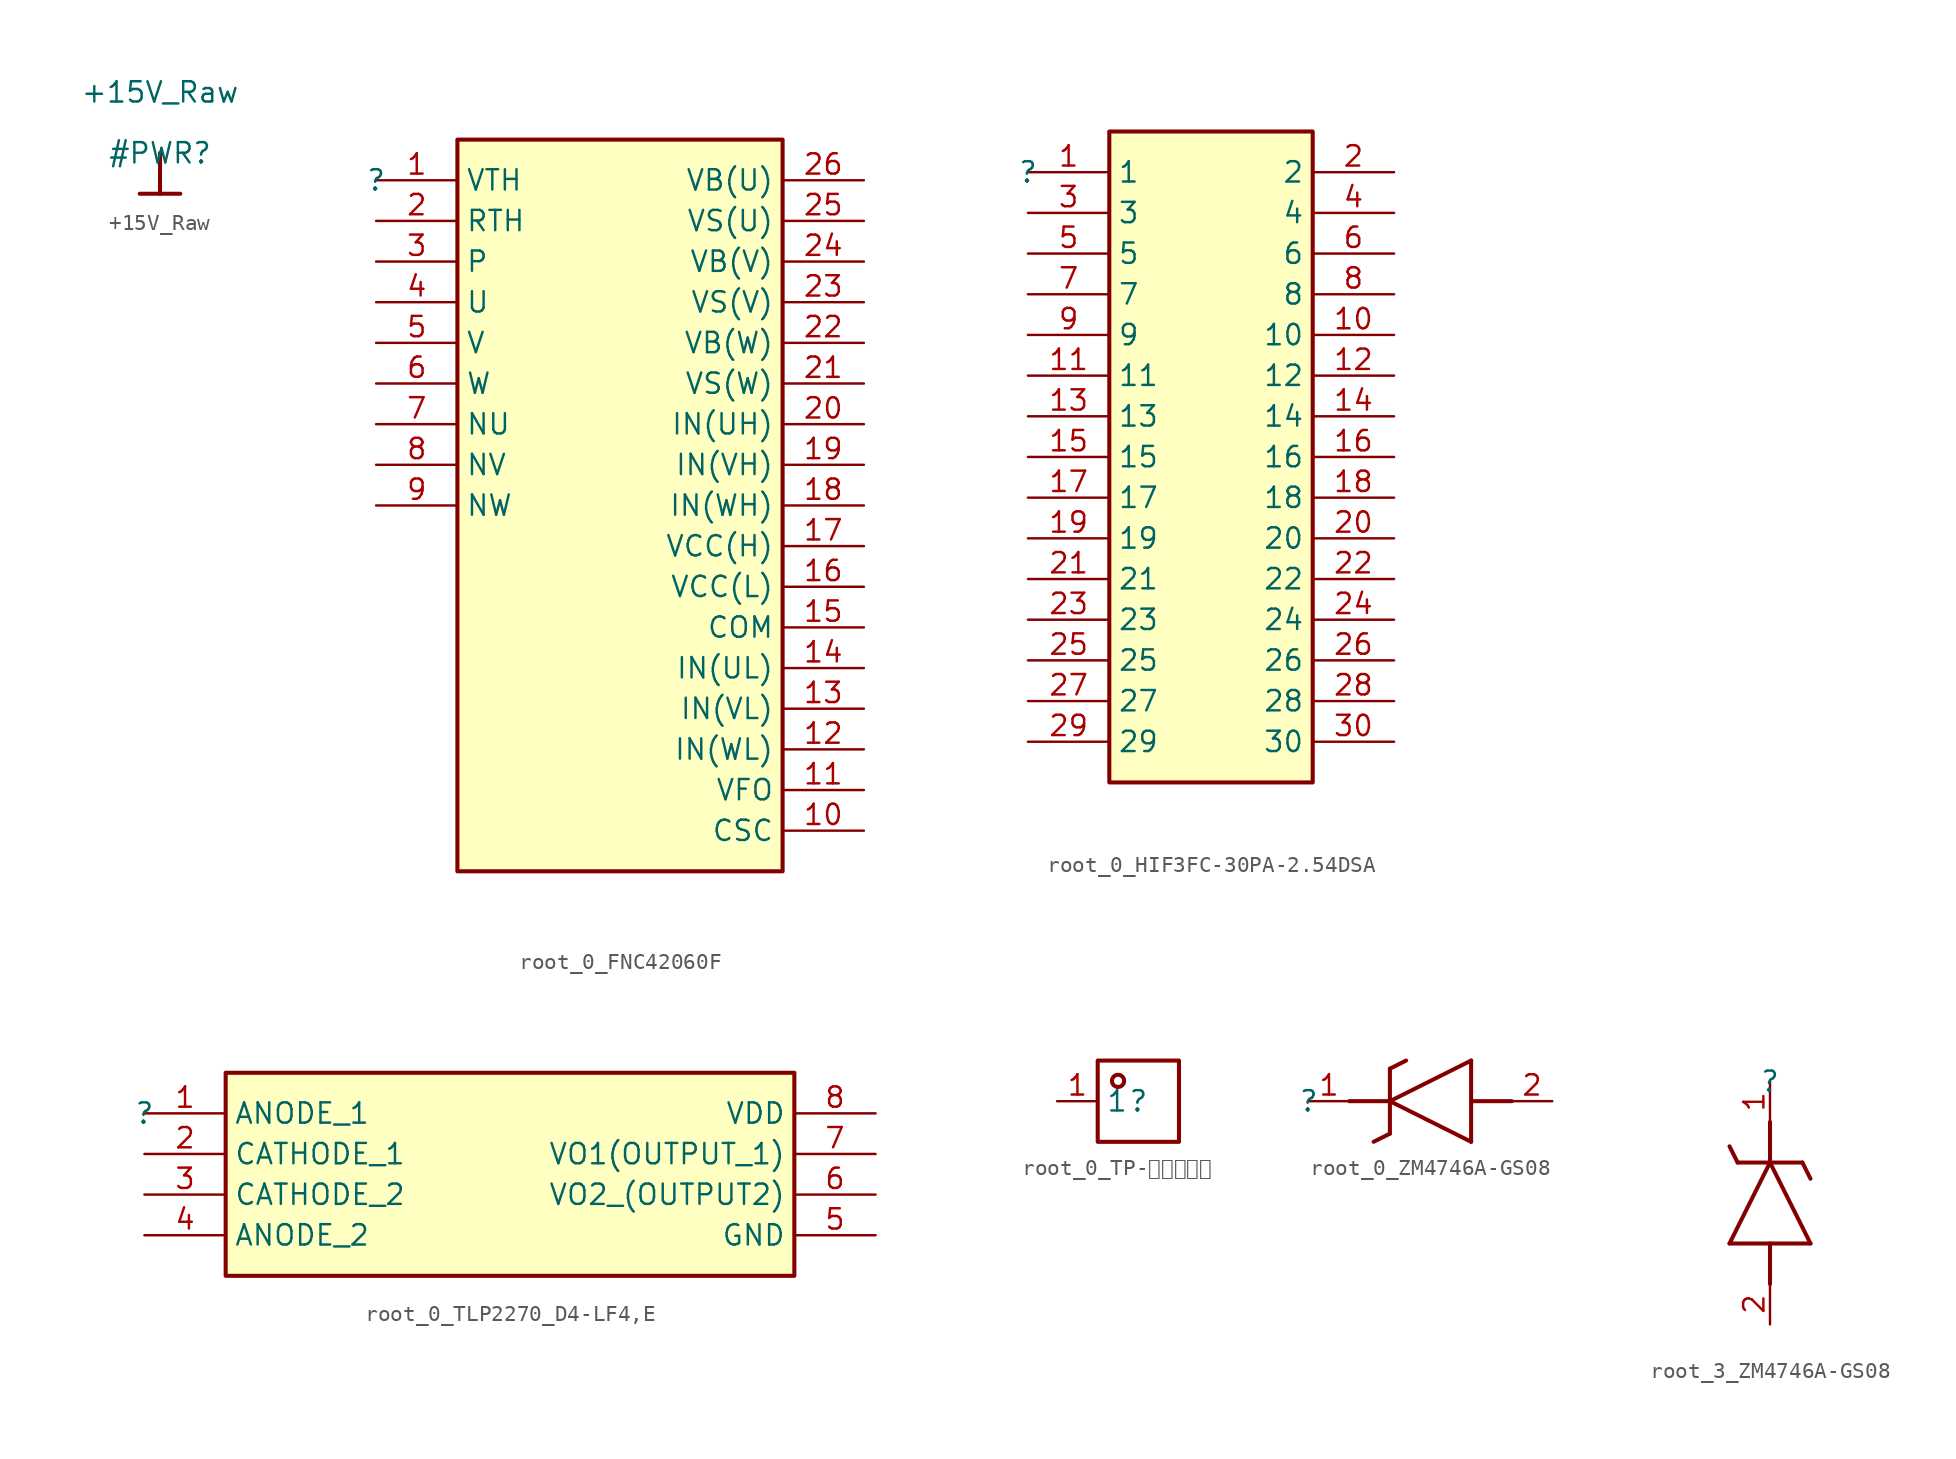
<source format=kicad_sym>
(kicad_symbol_lib
  (version 20220914)
  (generator kicad_symbol_editor)
  (symbol "+15V_Raw"
    (power)
    (property "Reference" "#PWR"
      (at 0 0 0)
      (effects (font (size 1.27 1.27))))
    (property "Value" "+15V_Raw"
      (at 0 3.81 0)
      (effects (font (size 1.27 1.27))))
    (symbol "+15V_Raw_0_0"
      (polyline (pts (xy -1.27 -2.54) (xy 1.27 -2.54)) (stroke (width 0.254) (type solid)) (fill (type none)))
      (polyline (pts (xy 0 0) (xy 0 -2.54)) (stroke (width 0.254) (type solid)) (fill (type none)))
      (pin power_in line (at 0 0 0) (length 0) hide (name "+15V_Raw" (effects (font (size 1.27 1.27)))) (number "" (effects (font (size 1.27 1.27)))))))
  (symbol "root_0_FNC42060F"
    (property "Reference" ""
      (at 0 0 0)
      (effects (font (size 1.27 1.27))))
    (property "Value" ""
      (at 0 0 0)
      (effects (font (size 1.27 1.27))))
    (symbol "root_0_FNC42060F_1_0"
      (rectangle (start 25.4 2.54) (end 5.08 -43.18) (stroke (width 0.254) (type solid)) (fill (type background)))
      (pin passive line (at 0 0 0) (length 5.08) (name "VTH" (effects (font (size 1.27 1.27)))) (number "1" (effects (font (size 1.27 1.27)))))
      (pin passive line (at 30.48 -40.64 180) (length 5.08) (name "CSC" (effects (font (size 1.27 1.27)))) (number "10" (effects (font (size 1.27 1.27)))))
      (pin passive line (at 30.48 -38.1 180) (length 5.08) (name "VFO" (effects (font (size 1.27 1.27)))) (number "11" (effects (font (size 1.27 1.27)))))
      (pin passive line (at 30.48 -35.56 180) (length 5.08) (name "IN(WL)" (effects (font (size 1.27 1.27)))) (number "12" (effects (font (size 1.27 1.27)))))
      (pin passive line (at 30.48 -33.02 180) (length 5.08) (name "IN(VL)" (effects (font (size 1.27 1.27)))) (number "13" (effects (font (size 1.27 1.27)))))
      (pin passive line (at 30.48 -30.48 180) (length 5.08) (name "IN(UL)" (effects (font (size 1.27 1.27)))) (number "14" (effects (font (size 1.27 1.27)))))
      (pin passive line (at 30.48 -27.94 180) (length 5.08) (name "COM" (effects (font (size 1.27 1.27)))) (number "15" (effects (font (size 1.27 1.27)))))
      (pin passive line (at 30.48 -25.4 180) (length 5.08) (name "VCC(L)" (effects (font (size 1.27 1.27)))) (number "16" (effects (font (size 1.27 1.27)))))
      (pin passive line (at 30.48 -22.86 180) (length 5.08) (name "VCC(H)" (effects (font (size 1.27 1.27)))) (number "17" (effects (font (size 1.27 1.27)))))
      (pin passive line (at 30.48 -20.32 180) (length 5.08) (name "IN(WH)" (effects (font (size 1.27 1.27)))) (number "18" (effects (font (size 1.27 1.27)))))
      (pin passive line (at 30.48 -17.78 180) (length 5.08) (name "IN(VH)" (effects (font (size 1.27 1.27)))) (number "19" (effects (font (size 1.27 1.27)))))
      (pin passive line (at 0 -2.54 0) (length 5.08) (name "RTH" (effects (font (size 1.27 1.27)))) (number "2" (effects (font (size 1.27 1.27)))))
      (pin passive line (at 30.48 -15.24 180) (length 5.08) (name "IN(UH)" (effects (font (size 1.27 1.27)))) (number "20" (effects (font (size 1.27 1.27)))))
      (pin passive line (at 30.48 -12.7 180) (length 5.08) (name "VS(W)" (effects (font (size 1.27 1.27)))) (number "21" (effects (font (size 1.27 1.27)))))
      (pin passive line (at 30.48 -10.16 180) (length 5.08) (name "VB(W)" (effects (font (size 1.27 1.27)))) (number "22" (effects (font (size 1.27 1.27)))))
      (pin passive line (at 30.48 -7.62 180) (length 5.08) (name "VS(V)" (effects (font (size 1.27 1.27)))) (number "23" (effects (font (size 1.27 1.27)))))
      (pin passive line (at 30.48 -5.08 180) (length 5.08) (name "VB(V)" (effects (font (size 1.27 1.27)))) (number "24" (effects (font (size 1.27 1.27)))))
      (pin passive line (at 30.48 -2.54 180) (length 5.08) (name "VS(U)" (effects (font (size 1.27 1.27)))) (number "25" (effects (font (size 1.27 1.27)))))
      (pin passive line (at 30.48 0 180) (length 5.08) (name "VB(U)" (effects (font (size 1.27 1.27)))) (number "26" (effects (font (size 1.27 1.27)))))
      (pin passive line (at 0 -5.08 0) (length 5.08) (name "P" (effects (font (size 1.27 1.27)))) (number "3" (effects (font (size 1.27 1.27)))))
      (pin passive line (at 0 -7.62 0) (length 5.08) (name "U" (effects (font (size 1.27 1.27)))) (number "4" (effects (font (size 1.27 1.27)))))
      (pin passive line (at 0 -10.16 0) (length 5.08) (name "V" (effects (font (size 1.27 1.27)))) (number "5" (effects (font (size 1.27 1.27)))))
      (pin passive line (at 0 -12.7 0) (length 5.08) (name "W" (effects (font (size 1.27 1.27)))) (number "6" (effects (font (size 1.27 1.27)))))
      (pin passive line (at 0 -15.24 0) (length 5.08) (name "NU" (effects (font (size 1.27 1.27)))) (number "7" (effects (font (size 1.27 1.27)))))
      (pin passive line (at 0 -17.78 0) (length 5.08) (name "NV" (effects (font (size 1.27 1.27)))) (number "8" (effects (font (size 1.27 1.27)))))
      (pin passive line (at 0 -20.32 0) (length 5.08) (name "NW" (effects (font (size 1.27 1.27)))) (number "9" (effects (font (size 1.27 1.27)))))))
  (symbol "root_0_HIF3FC-30PA-2.54DSA"
    (property "Reference" ""
      (at 0 0 0)
      (effects (font (size 1.27 1.27))))
    (property "Value" ""
      (at 0 0 0)
      (effects (font (size 1.27 1.27))))
    (symbol "root_0_HIF3FC-30PA-2.54DSA_1_0"
      (rectangle (start 17.78 2.54) (end 5.08 -38.1) (stroke (width 0.254) (type solid)) (fill (type background)))
      (pin passive line (at 0 0 0) (length 5.08) (name "1" (effects (font (size 1.27 1.27)))) (number "1" (effects (font (size 1.27 1.27)))))
      (pin passive line (at 22.86 -10.16 180) (length 5.08) (name "10" (effects (font (size 1.27 1.27)))) (number "10" (effects (font (size 1.27 1.27)))))
      (pin passive line (at 0 -12.7 0) (length 5.08) (name "11" (effects (font (size 1.27 1.27)))) (number "11" (effects (font (size 1.27 1.27)))))
      (pin passive line (at 22.86 -12.7 180) (length 5.08) (name "12" (effects (font (size 1.27 1.27)))) (number "12" (effects (font (size 1.27 1.27)))))
      (pin passive line (at 0 -15.24 0) (length 5.08) (name "13" (effects (font (size 1.27 1.27)))) (number "13" (effects (font (size 1.27 1.27)))))
      (pin passive line (at 22.86 -15.24 180) (length 5.08) (name "14" (effects (font (size 1.27 1.27)))) (number "14" (effects (font (size 1.27 1.27)))))
      (pin passive line (at 0 -17.78 0) (length 5.08) (name "15" (effects (font (size 1.27 1.27)))) (number "15" (effects (font (size 1.27 1.27)))))
      (pin passive line (at 22.86 -17.78 180) (length 5.08) (name "16" (effects (font (size 1.27 1.27)))) (number "16" (effects (font (size 1.27 1.27)))))
      (pin passive line (at 0 -20.32 0) (length 5.08) (name "17" (effects (font (size 1.27 1.27)))) (number "17" (effects (font (size 1.27 1.27)))))
      (pin passive line (at 22.86 -20.32 180) (length 5.08) (name "18" (effects (font (size 1.27 1.27)))) (number "18" (effects (font (size 1.27 1.27)))))
      (pin passive line (at 0 -22.86 0) (length 5.08) (name "19" (effects (font (size 1.27 1.27)))) (number "19" (effects (font (size 1.27 1.27)))))
      (pin passive line (at 22.86 0 180) (length 5.08) (name "2" (effects (font (size 1.27 1.27)))) (number "2" (effects (font (size 1.27 1.27)))))
      (pin passive line (at 22.86 -22.86 180) (length 5.08) (name "20" (effects (font (size 1.27 1.27)))) (number "20" (effects (font (size 1.27 1.27)))))
      (pin passive line (at 0 -25.4 0) (length 5.08) (name "21" (effects (font (size 1.27 1.27)))) (number "21" (effects (font (size 1.27 1.27)))))
      (pin passive line (at 22.86 -25.4 180) (length 5.08) (name "22" (effects (font (size 1.27 1.27)))) (number "22" (effects (font (size 1.27 1.27)))))
      (pin passive line (at 0 -27.94 0) (length 5.08) (name "23" (effects (font (size 1.27 1.27)))) (number "23" (effects (font (size 1.27 1.27)))))
      (pin passive line (at 22.86 -27.94 180) (length 5.08) (name "24" (effects (font (size 1.27 1.27)))) (number "24" (effects (font (size 1.27 1.27)))))
      (pin passive line (at 0 -30.48 0) (length 5.08) (name "25" (effects (font (size 1.27 1.27)))) (number "25" (effects (font (size 1.27 1.27)))))
      (pin passive line (at 22.86 -30.48 180) (length 5.08) (name "26" (effects (font (size 1.27 1.27)))) (number "26" (effects (font (size 1.27 1.27)))))
      (pin passive line (at 0 -33.02 0) (length 5.08) (name "27" (effects (font (size 1.27 1.27)))) (number "27" (effects (font (size 1.27 1.27)))))
      (pin passive line (at 22.86 -33.02 180) (length 5.08) (name "28" (effects (font (size 1.27 1.27)))) (number "28" (effects (font (size 1.27 1.27)))))
      (pin passive line (at 0 -35.56 0) (length 5.08) (name "29" (effects (font (size 1.27 1.27)))) (number "29" (effects (font (size 1.27 1.27)))))
      (pin passive line (at 0 -2.54 0) (length 5.08) (name "3" (effects (font (size 1.27 1.27)))) (number "3" (effects (font (size 1.27 1.27)))))
      (pin passive line (at 22.86 -35.56 180) (length 5.08) (name "30" (effects (font (size 1.27 1.27)))) (number "30" (effects (font (size 1.27 1.27)))))
      (pin passive line (at 22.86 -2.54 180) (length 5.08) (name "4" (effects (font (size 1.27 1.27)))) (number "4" (effects (font (size 1.27 1.27)))))
      (pin passive line (at 0 -5.08 0) (length 5.08) (name "5" (effects (font (size 1.27 1.27)))) (number "5" (effects (font (size 1.27 1.27)))))
      (pin passive line (at 22.86 -5.08 180) (length 5.08) (name "6" (effects (font (size 1.27 1.27)))) (number "6" (effects (font (size 1.27 1.27)))))
      (pin passive line (at 0 -7.62 0) (length 5.08) (name "7" (effects (font (size 1.27 1.27)))) (number "7" (effects (font (size 1.27 1.27)))))
      (pin passive line (at 22.86 -7.62 180) (length 5.08) (name "8" (effects (font (size 1.27 1.27)))) (number "8" (effects (font (size 1.27 1.27)))))
      (pin passive line (at 0 -10.16 0) (length 5.08) (name "9" (effects (font (size 1.27 1.27)))) (number "9" (effects (font (size 1.27 1.27)))))))
  (symbol "root_0_TLP2270_D4-LF4,E"
    (property "Reference" ""
      (at 0 0 0)
      (effects (font (size 1.27 1.27))))
    (property "Value" ""
      (at 0 0 0)
      (effects (font (size 1.27 1.27))))
    (symbol "root_0_TLP2270_D4-LF4,E_1_0"
      (rectangle (start 40.64 2.54) (end 5.08 -10.16) (stroke (width 0.254) (type solid)) (fill (type background)))
      (pin passive line (at 0 0 0) (length 5.08) (name "ANODE_1" (effects (font (size 1.27 1.27)))) (number "1" (effects (font (size 1.27 1.27)))))
      (pin passive line (at 0 -2.54 0) (length 5.08) (name "CATHODE_1" (effects (font (size 1.27 1.27)))) (number "2" (effects (font (size 1.27 1.27)))))
      (pin passive line (at 0 -5.08 0) (length 5.08) (name "CATHODE_2" (effects (font (size 1.27 1.27)))) (number "3" (effects (font (size 1.27 1.27)))))
      (pin passive line (at 0 -7.62 0) (length 5.08) (name "ANODE_2" (effects (font (size 1.27 1.27)))) (number "4" (effects (font (size 1.27 1.27)))))
      (pin passive line (at 45.72 -7.62 180) (length 5.08) (name "GND" (effects (font (size 1.27 1.27)))) (number "5" (effects (font (size 1.27 1.27)))))
      (pin passive line (at 45.72 -5.08 180) (length 5.08) (name "VO2_(OUTPUT2)" (effects (font (size 1.27 1.27)))) (number "6" (effects (font (size 1.27 1.27)))))
      (pin passive line (at 45.72 -2.54 180) (length 5.08) (name "VO1(OUTPUT_1)" (effects (font (size 1.27 1.27)))) (number "7" (effects (font (size 1.27 1.27)))))
      (pin passive line (at 45.72 0 180) (length 5.08) (name "VDD" (effects (font (size 1.27 1.27)))) (number "8" (effects (font (size 1.27 1.27)))))))
  (symbol "root_0_TP-黄色测试点"
    (property "Reference" ""
      (at 0 0 0)
      (effects (font (size 1.27 1.27))))
    (property "Value" ""
      (at 0 0 0)
      (effects (font (size 1.27 1.27))))
    (symbol "root_0_TP-黄色测试点_1_0"
      (circle (center -1.27 1.27) (radius 0.381) (stroke (width 0.254) (type solid)) (fill (type none)))
      (rectangle (start 2.54 2.54) (end -2.54 -2.54) (stroke (width 0.254) (type solid)) (fill (type none)))
      (pin passive line (at -5.08 0 0) (length 2.54) (name "1" (effects (font (size 1.27 1.27)))) (number "1" (effects (font (size 1.27 1.27)))))))
  (symbol "root_0_ZM4746A-GS08"
    (property "Reference" ""
      (at 0 0 0)
      (effects (font (size 1.27 1.27))))
    (property "Value" ""
      (at 0 0 0)
      (effects (font (size 1.27 1.27))))
    (symbol "root_0_ZM4746A-GS08_1_0"
      (polyline (pts (xy 2.54 0) (xy 5.08 0)) (stroke (width 0.254) (type solid)) (fill (type none)))
      (polyline (pts (xy 4.064 -2.54) (xy 5.08 -2.032)) (stroke (width 0.254) (type solid)) (fill (type none)))
      (polyline (pts (xy 5.08 0) (xy 10.16 2.54)) (stroke (width 0.254) (type solid)) (fill (type none)))
      (polyline (pts (xy 5.08 2.032) (xy 5.08 -2.032)) (stroke (width 0.254) (type solid)) (fill (type none)))
      (polyline (pts (xy 5.08 2.032) (xy 6.096 2.54)) (stroke (width 0.254) (type solid)) (fill (type none)))
      (polyline (pts (xy 10.16 -2.54) (xy 5.08 0)) (stroke (width 0.254) (type solid)) (fill (type none)))
      (polyline (pts (xy 10.16 2.54) (xy 10.16 -2.54)) (stroke (width 0.254) (type solid)) (fill (type none)))
      (polyline (pts (xy 12.7 0) (xy 10.16 0)) (stroke (width 0.254) (type solid)) (fill (type none)))
      (pin passive line (at 0 0 0) (length 2.54) (name "K" (effects (font (size 0 0)))) (number "1" (effects (font (size 1.27 1.27)))))
      (pin passive line (at 15.24 0 180) (length 2.54) (name "A" (effects (font (size 0 0)))) (number "2" (effects (font (size 1.27 1.27)))))))
  (symbol "root_3_ZM4746A-GS08"
    (property "Reference" ""
      (at 0 0 0)
      (effects (font (size 1.27 1.27))))
    (property "Value" ""
      (at 0 0 0)
      (effects (font (size 1.27 1.27))))
    (symbol "root_3_ZM4746A-GS08_1_0"
      (polyline (pts (xy -2.54 -10.16) (xy 0 -5.08)) (stroke (width 0.254) (type solid)) (fill (type none)))
      (polyline (pts (xy -2.54 -4.064) (xy -2.032 -5.08)) (stroke (width 0.254) (type solid)) (fill (type none)))
      (polyline (pts (xy 0 -12.7) (xy 0 -10.16)) (stroke (width 0.254) (type solid)) (fill (type none)))
      (polyline (pts (xy 0 -5.08) (xy 2.54 -10.16)) (stroke (width 0.254) (type solid)) (fill (type none)))
      (polyline (pts (xy 0 -2.54) (xy 0 -5.08)) (stroke (width 0.254) (type solid)) (fill (type none)))
      (polyline (pts (xy 2.032 -5.08) (xy -2.032 -5.08)) (stroke (width 0.254) (type solid)) (fill (type none)))
      (polyline (pts (xy 2.032 -5.08) (xy 2.54 -6.096)) (stroke (width 0.254) (type solid)) (fill (type none)))
      (polyline (pts (xy 2.54 -10.16) (xy -2.54 -10.16)) (stroke (width 0.254) (type solid)) (fill (type none)))
      (pin passive line (at 0 0 270) (length 2.54) (name "K" (effects (font (size 0 0)))) (number "1" (effects (font (size 1.27 1.27)))))
      (pin passive line (at 0 -15.24 90) (length 2.54) (name "A" (effects (font (size 0 0)))) (number "2" (effects (font (size 1.27 1.27))))))))
</source>
